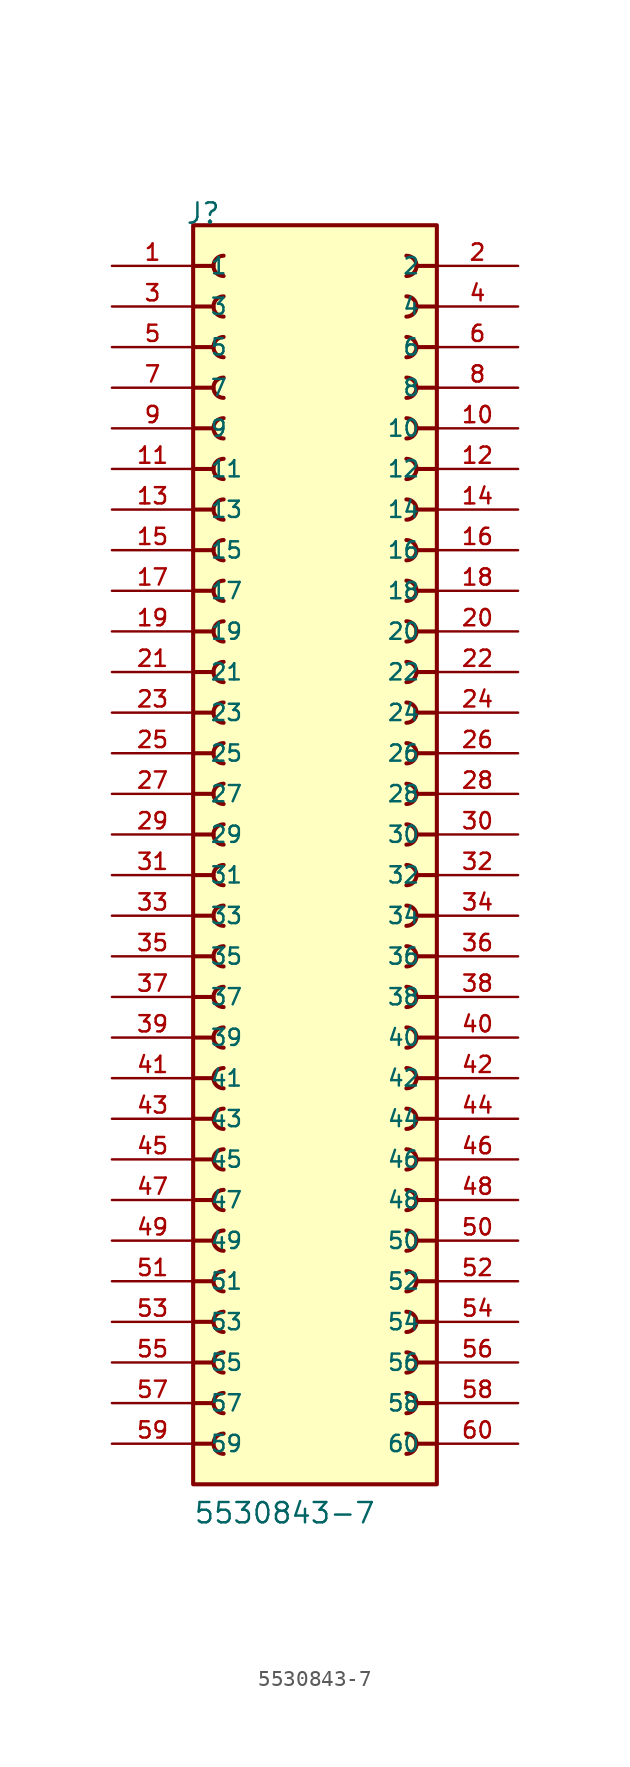
<source format=kicad_sym>
(kicad_symbol_lib
  (version 20241209)
  (generator "kicad_symbol_editor")
  (generator_version "9.0")
  (symbol "5530843-7"
    (pin_names
      (offset 1.016))
    (property "Reference" "J"
      (at -8.12 40.64 0)
      (effects (font (size 1.27 1.27)) (justify left bottom)))
    (property "Value" "5530843-7"
      (at -7.62 -40.64 0)
      (effects (font (size 1.27 1.27)) (justify left bottom)))
    (symbol "5530843-7_0_0"
      (polyline (pts (xy -7.62 38.1) (xy -6.35 38.1)) (stroke (width 0.254) (type default)) (fill (type none)))
      (polyline (pts (xy -7.62 35.56) (xy -6.35 35.56)) (stroke (width 0.254) (type default)) (fill (type none)))
      (polyline (pts (xy -7.62 33.02) (xy -6.35 33.02)) (stroke (width 0.254) (type default)) (fill (type none)))
      (polyline (pts (xy -7.62 30.48) (xy -6.35 30.48)) (stroke (width 0.254) (type default)) (fill (type none)))
      (polyline (pts (xy -7.62 27.94) (xy -6.35 27.94)) (stroke (width 0.254) (type default)) (fill (type none)))
      (polyline (pts (xy -7.62 25.4) (xy -6.35 25.4)) (stroke (width 0.254) (type default)) (fill (type none)))
      (polyline (pts (xy -7.62 22.86) (xy -6.35 22.86)) (stroke (width 0.254) (type default)) (fill (type none)))
      (polyline (pts (xy -7.62 20.32) (xy -6.35 20.32)) (stroke (width 0.254) (type default)) (fill (type none)))
      (polyline (pts (xy -7.62 17.78) (xy -6.35 17.78)) (stroke (width 0.254) (type default)) (fill (type none)))
      (polyline (pts (xy -7.62 15.24) (xy -6.35 15.24)) (stroke (width 0.254) (type default)) (fill (type none)))
      (polyline (pts (xy -7.62 12.7) (xy -6.35 12.7)) (stroke (width 0.254) (type default)) (fill (type none)))
      (polyline (pts (xy -7.62 10.16) (xy -6.35 10.16)) (stroke (width 0.254) (type default)) (fill (type none)))
      (polyline (pts (xy -7.62 7.62) (xy -6.35 7.62)) (stroke (width 0.254) (type default)) (fill (type none)))
      (polyline (pts (xy -7.62 5.08) (xy -6.35 5.08)) (stroke (width 0.254) (type default)) (fill (type none)))
      (polyline (pts (xy -7.62 2.54) (xy -6.35 2.54)) (stroke (width 0.254) (type default)) (fill (type none)))
      (polyline (pts (xy -7.62 0) (xy -6.35 0)) (stroke (width 0.254) (type default)) (fill (type none)))
      (polyline (pts (xy -7.62 -2.54) (xy -6.35 -2.54)) (stroke (width 0.254) (type default)) (fill (type none)))
      (polyline (pts (xy -7.62 -5.08) (xy -6.35 -5.08)) (stroke (width 0.254) (type default)) (fill (type none)))
      (polyline (pts (xy -7.62 -7.62) (xy -6.35 -7.62)) (stroke (width 0.254) (type default)) (fill (type none)))
      (polyline (pts (xy -7.62 -10.16) (xy -6.35 -10.16)) (stroke (width 0.254) (type default)) (fill (type none)))
      (polyline (pts (xy -7.62 -12.7) (xy -6.35 -12.7)) (stroke (width 0.254) (type default)) (fill (type none)))
      (polyline (pts (xy -7.62 -15.24) (xy -6.35 -15.24)) (stroke (width 0.254) (type default)) (fill (type none)))
      (polyline (pts (xy -7.62 -17.78) (xy -6.35 -17.78)) (stroke (width 0.254) (type default)) (fill (type none)))
      (polyline (pts (xy -7.62 -20.32) (xy -6.35 -20.32)) (stroke (width 0.254) (type default)) (fill (type none)))
      (polyline (pts (xy -7.62 -22.86) (xy -6.35 -22.86)) (stroke (width 0.254) (type default)) (fill (type none)))
      (polyline (pts (xy -7.62 -25.4) (xy -6.35 -25.4)) (stroke (width 0.254) (type default)) (fill (type none)))
      (polyline (pts (xy -7.62 -27.94) (xy -6.35 -27.94)) (stroke (width 0.254) (type default)) (fill (type none)))
      (polyline (pts (xy -7.62 -30.48) (xy -6.35 -30.48)) (stroke (width 0.254) (type default)) (fill (type none)))
      (polyline (pts (xy -7.62 -33.02) (xy -6.35 -33.02)) (stroke (width 0.254) (type default)) (fill (type none)))
      (polyline (pts (xy -7.62 -35.56) (xy -6.35 -35.56)) (stroke (width 0.254) (type default)) (fill (type none)))
      (rectangle (start -7.62 -38.1) (end 7.62 40.64) (stroke (width 0.254) (type default)) (fill (type background)))
      (arc (start -5.715 37.465) (mid -6.3472 38.1) (end -5.715 38.735) (stroke (width 0.254) (type default)) (fill (type none)))
      (arc (start -5.715 34.925) (mid -6.3472 35.56) (end -5.715 36.195) (stroke (width 0.254) (type default)) (fill (type none)))
      (arc (start -5.715 32.385) (mid -6.3472 33.02) (end -5.715 33.655) (stroke (width 0.254) (type default)) (fill (type none)))
      (arc (start -5.715 29.845) (mid -6.3472 30.48) (end -5.715 31.115) (stroke (width 0.254) (type default)) (fill (type none)))
      (arc (start -5.715 27.305) (mid -6.3472 27.94) (end -5.715 28.575) (stroke (width 0.254) (type default)) (fill (type none)))
      (arc (start -5.715 24.765) (mid -6.3472 25.4) (end -5.715 26.035) (stroke (width 0.254) (type default)) (fill (type none)))
      (arc (start -5.715 22.225) (mid -6.3472 22.86) (end -5.715 23.495) (stroke (width 0.254) (type default)) (fill (type none)))
      (arc (start -5.715 19.685) (mid -6.3472 20.32) (end -5.715 20.955) (stroke (width 0.254) (type default)) (fill (type none)))
      (arc (start -5.715 17.145) (mid -6.3472 17.78) (end -5.715 18.415) (stroke (width 0.254) (type default)) (fill (type none)))
      (arc (start -5.715 14.605) (mid -6.3472 15.24) (end -5.715 15.875) (stroke (width 0.254) (type default)) (fill (type none)))
      (arc (start -5.715 12.065) (mid -6.3472 12.7) (end -5.715 13.335) (stroke (width 0.254) (type default)) (fill (type none)))
      (arc (start -5.715 9.525) (mid -6.3472 10.16) (end -5.715 10.795) (stroke (width 0.254) (type default)) (fill (type none)))
      (arc (start -5.715 6.985) (mid -6.3472 7.62) (end -5.715 8.255) (stroke (width 0.254) (type default)) (fill (type none)))
      (arc (start -5.715 4.445) (mid -6.3472 5.08) (end -5.715 5.715) (stroke (width 0.254) (type default)) (fill (type none)))
      (arc (start -5.715 1.905) (mid -6.3472 2.54) (end -5.715 3.175) (stroke (width 0.254) (type default)) (fill (type none)))
      (arc (start -5.715 -0.635) (mid -6.3472 0) (end -5.715 0.635) (stroke (width 0.254) (type default)) (fill (type none)))
      (arc (start -5.715 -3.175) (mid -6.3472 -2.54) (end -5.715 -1.905) (stroke (width 0.254) (type default)) (fill (type none)))
      (arc (start -5.715 -5.715) (mid -6.3472 -5.08) (end -5.715 -4.445) (stroke (width 0.254) (type default)) (fill (type none)))
      (arc (start -5.715 -8.255) (mid -6.3472 -7.62) (end -5.715 -6.985) (stroke (width 0.254) (type default)) (fill (type none)))
      (arc (start -5.715 -10.795) (mid -6.3472 -10.16) (end -5.715 -9.525) (stroke (width 0.254) (type default)) (fill (type none)))
      (arc (start -5.715 -13.335) (mid -6.3472 -12.7) (end -5.715 -12.065) (stroke (width 0.254) (type default)) (fill (type none)))
      (arc (start -5.715 -15.875) (mid -6.3472 -15.24) (end -5.715 -14.605) (stroke (width 0.254) (type default)) (fill (type none)))
      (arc (start -5.715 -18.415) (mid -6.3472 -17.78) (end -5.715 -17.145) (stroke (width 0.254) (type default)) (fill (type none)))
      (arc (start -5.715 -20.955) (mid -6.3472 -20.32) (end -5.715 -19.685) (stroke (width 0.254) (type default)) (fill (type none)))
      (arc (start -5.715 -23.495) (mid -6.3472 -22.86) (end -5.715 -22.225) (stroke (width 0.254) (type default)) (fill (type none)))
      (arc (start -5.715 -26.035) (mid -6.3472 -25.4) (end -5.715 -24.765) (stroke (width 0.254) (type default)) (fill (type none)))
      (arc (start -5.715 -28.575) (mid -6.3472 -27.94) (end -5.715 -27.305) (stroke (width 0.254) (type default)) (fill (type none)))
      (arc (start -5.715 -31.115) (mid -6.3472 -30.48) (end -5.715 -29.845) (stroke (width 0.254) (type default)) (fill (type none)))
      (arc (start -5.715 -33.655) (mid -6.3472 -33.02) (end -5.715 -32.385) (stroke (width 0.254) (type default)) (fill (type none)))
      (arc (start -5.715 -36.195) (mid -6.3472 -35.56) (end -5.715 -34.925) (stroke (width 0.254) (type default)) (fill (type none)))
      (arc (start 5.715 38.735) (mid 6.347 38.1) (end 5.715 37.465) (stroke (width 0.254) (type default)) (fill (type none)))
      (arc (start 5.715 36.195) (mid 6.347 35.56) (end 5.715 34.925) (stroke (width 0.254) (type default)) (fill (type none)))
      (arc (start 5.715 33.655) (mid 6.347 33.02) (end 5.715 32.385) (stroke (width 0.254) (type default)) (fill (type none)))
      (arc (start 5.715 31.115) (mid 6.347 30.48) (end 5.715 29.845) (stroke (width 0.254) (type default)) (fill (type none)))
      (arc (start 5.715 28.575) (mid 6.347 27.94) (end 5.715 27.305) (stroke (width 0.254) (type default)) (fill (type none)))
      (arc (start 5.715 26.035) (mid 6.347 25.4) (end 5.715 24.765) (stroke (width 0.254) (type default)) (fill (type none)))
      (arc (start 5.715 23.495) (mid 6.347 22.86) (end 5.715 22.225) (stroke (width 0.254) (type default)) (fill (type none)))
      (arc (start 5.715 20.955) (mid 6.347 20.32) (end 5.715 19.685) (stroke (width 0.254) (type default)) (fill (type none)))
      (arc (start 5.715 18.415) (mid 6.347 17.78) (end 5.715 17.145) (stroke (width 0.254) (type default)) (fill (type none)))
      (arc (start 5.715 15.875) (mid 6.347 15.24) (end 5.715 14.605) (stroke (width 0.254) (type default)) (fill (type none)))
      (arc (start 5.715 13.335) (mid 6.347 12.7) (end 5.715 12.065) (stroke (width 0.254) (type default)) (fill (type none)))
      (arc (start 5.715 10.795) (mid 6.347 10.16) (end 5.715 9.525) (stroke (width 0.254) (type default)) (fill (type none)))
      (arc (start 5.715 8.255) (mid 6.347 7.62) (end 5.715 6.985) (stroke (width 0.254) (type default)) (fill (type none)))
      (arc (start 5.715 5.715) (mid 6.347 5.08) (end 5.715 4.445) (stroke (width 0.254) (type default)) (fill (type none)))
      (arc (start 5.715 3.175) (mid 6.347 2.54) (end 5.715 1.905) (stroke (width 0.254) (type default)) (fill (type none)))
      (arc (start 5.715 0.635) (mid 6.347 0) (end 5.715 -0.635) (stroke (width 0.254) (type default)) (fill (type none)))
      (arc (start 5.715 -1.905) (mid 6.347 -2.54) (end 5.715 -3.175) (stroke (width 0.254) (type default)) (fill (type none)))
      (arc (start 5.715 -4.445) (mid 6.347 -5.08) (end 5.715 -5.715) (stroke (width 0.254) (type default)) (fill (type none)))
      (arc (start 5.715 -6.985) (mid 6.347 -7.62) (end 5.715 -8.255) (stroke (width 0.254) (type default)) (fill (type none)))
      (arc (start 5.715 -9.525) (mid 6.347 -10.16) (end 5.715 -10.795) (stroke (width 0.254) (type default)) (fill (type none)))
      (arc (start 5.715 -12.065) (mid 6.347 -12.7) (end 5.715 -13.335) (stroke (width 0.254) (type default)) (fill (type none)))
      (arc (start 5.715 -14.605) (mid 6.347 -15.24) (end 5.715 -15.875) (stroke (width 0.254) (type default)) (fill (type none)))
      (arc (start 5.715 -17.145) (mid 6.347 -17.78) (end 5.715 -18.415) (stroke (width 0.254) (type default)) (fill (type none)))
      (arc (start 5.715 -19.685) (mid 6.347 -20.32) (end 5.715 -20.955) (stroke (width 0.254) (type default)) (fill (type none)))
      (arc (start 5.715 -22.225) (mid 6.347 -22.86) (end 5.715 -23.495) (stroke (width 0.254) (type default)) (fill (type none)))
      (arc (start 5.715 -24.765) (mid 6.347 -25.4) (end 5.715 -26.035) (stroke (width 0.254) (type default)) (fill (type none)))
      (arc (start 5.715 -27.305) (mid 6.347 -27.94) (end 5.715 -28.575) (stroke (width 0.254) (type default)) (fill (type none)))
      (arc (start 5.715 -29.845) (mid 6.347 -30.48) (end 5.715 -31.115) (stroke (width 0.254) (type default)) (fill (type none)))
      (arc (start 5.715 -32.385) (mid 6.347 -33.02) (end 5.715 -33.655) (stroke (width 0.254) (type default)) (fill (type none)))
      (arc (start 5.715 -34.925) (mid 6.347 -35.56) (end 5.715 -36.195) (stroke (width 0.254) (type default)) (fill (type none)))
      (polyline (pts (xy 7.62 38.1) (xy 6.35 38.1)) (stroke (width 0.254) (type default)) (fill (type none)))
      (polyline (pts (xy 7.62 35.56) (xy 6.35 35.56)) (stroke (width 0.254) (type default)) (fill (type none)))
      (polyline (pts (xy 7.62 33.02) (xy 6.35 33.02)) (stroke (width 0.254) (type default)) (fill (type none)))
      (polyline (pts (xy 7.62 30.48) (xy 6.35 30.48)) (stroke (width 0.254) (type default)) (fill (type none)))
      (polyline (pts (xy 7.62 27.94) (xy 6.35 27.94)) (stroke (width 0.254) (type default)) (fill (type none)))
      (polyline (pts (xy 7.62 25.4) (xy 6.35 25.4)) (stroke (width 0.254) (type default)) (fill (type none)))
      (polyline (pts (xy 7.62 22.86) (xy 6.35 22.86)) (stroke (width 0.254) (type default)) (fill (type none)))
      (polyline (pts (xy 7.62 20.32) (xy 6.35 20.32)) (stroke (width 0.254) (type default)) (fill (type none)))
      (polyline (pts (xy 7.62 17.78) (xy 6.35 17.78)) (stroke (width 0.254) (type default)) (fill (type none)))
      (polyline (pts (xy 7.62 15.24) (xy 6.35 15.24)) (stroke (width 0.254) (type default)) (fill (type none)))
      (polyline (pts (xy 7.62 12.7) (xy 6.35 12.7)) (stroke (width 0.254) (type default)) (fill (type none)))
      (polyline (pts (xy 7.62 10.16) (xy 6.35 10.16)) (stroke (width 0.254) (type default)) (fill (type none)))
      (polyline (pts (xy 7.62 7.62) (xy 6.35 7.62)) (stroke (width 0.254) (type default)) (fill (type none)))
      (polyline (pts (xy 7.62 5.08) (xy 6.35 5.08)) (stroke (width 0.254) (type default)) (fill (type none)))
      (polyline (pts (xy 7.62 2.54) (xy 6.35 2.54)) (stroke (width 0.254) (type default)) (fill (type none)))
      (polyline (pts (xy 7.62 0) (xy 6.35 0)) (stroke (width 0.254) (type default)) (fill (type none)))
      (polyline (pts (xy 7.62 -2.54) (xy 6.35 -2.54)) (stroke (width 0.254) (type default)) (fill (type none)))
      (polyline (pts (xy 7.62 -5.08) (xy 6.35 -5.08)) (stroke (width 0.254) (type default)) (fill (type none)))
      (polyline (pts (xy 7.62 -7.62) (xy 6.35 -7.62)) (stroke (width 0.254) (type default)) (fill (type none)))
      (polyline (pts (xy 7.62 -10.16) (xy 6.35 -10.16)) (stroke (width 0.254) (type default)) (fill (type none)))
      (polyline (pts (xy 7.62 -12.7) (xy 6.35 -12.7)) (stroke (width 0.254) (type default)) (fill (type none)))
      (polyline (pts (xy 7.62 -15.24) (xy 6.35 -15.24)) (stroke (width 0.254) (type default)) (fill (type none)))
      (polyline (pts (xy 7.62 -17.78) (xy 6.35 -17.78)) (stroke (width 0.254) (type default)) (fill (type none)))
      (polyline (pts (xy 7.62 -20.32) (xy 6.35 -20.32)) (stroke (width 0.254) (type default)) (fill (type none)))
      (polyline (pts (xy 7.62 -22.86) (xy 6.35 -22.86)) (stroke (width 0.254) (type default)) (fill (type none)))
      (polyline (pts (xy 7.62 -25.4) (xy 6.35 -25.4)) (stroke (width 0.254) (type default)) (fill (type none)))
      (polyline (pts (xy 7.62 -27.94) (xy 6.35 -27.94)) (stroke (width 0.254) (type default)) (fill (type none)))
      (polyline (pts (xy 7.62 -30.48) (xy 6.35 -30.48)) (stroke (width 0.254) (type default)) (fill (type none)))
      (polyline (pts (xy 7.62 -33.02) (xy 6.35 -33.02)) (stroke (width 0.254) (type default)) (fill (type none)))
      (polyline (pts (xy 7.62 -35.56) (xy 6.35 -35.56)) (stroke (width 0.254) (type default)) (fill (type none)))
      (pin passive line (at -12.7 38.1 0) (length 5.08) (name "1" (effects (font (size 1.016 1.016)))) (number "1" (effects (font (size 1.016 1.016)))))
      (pin passive line (at -12.7 35.56 0) (length 5.08) (name "3" (effects (font (size 1.016 1.016)))) (number "3" (effects (font (size 1.016 1.016)))))
      (pin passive line (at -12.7 33.02 0) (length 5.08) (name "5" (effects (font (size 1.016 1.016)))) (number "5" (effects (font (size 1.016 1.016)))))
      (pin passive line (at -12.7 30.48 0) (length 5.08) (name "7" (effects (font (size 1.016 1.016)))) (number "7" (effects (font (size 1.016 1.016)))))
      (pin passive line (at -12.7 27.94 0) (length 5.08) (name "9" (effects (font (size 1.016 1.016)))) (number "9" (effects (font (size 1.016 1.016)))))
      (pin passive line (at -12.7 25.4 0) (length 5.08) (name "11" (effects (font (size 1.016 1.016)))) (number "11" (effects (font (size 1.016 1.016)))))
      (pin passive line (at -12.7 22.86 0) (length 5.08) (name "13" (effects (font (size 1.016 1.016)))) (number "13" (effects (font (size 1.016 1.016)))))
      (pin passive line (at -12.7 20.32 0) (length 5.08) (name "15" (effects (font (size 1.016 1.016)))) (number "15" (effects (font (size 1.016 1.016)))))
      (pin passive line (at -12.7 17.78 0) (length 5.08) (name "17" (effects (font (size 1.016 1.016)))) (number "17" (effects (font (size 1.016 1.016)))))
      (pin passive line (at -12.7 15.24 0) (length 5.08) (name "19" (effects (font (size 1.016 1.016)))) (number "19" (effects (font (size 1.016 1.016)))))
      (pin passive line (at -12.7 12.7 0) (length 5.08) (name "21" (effects (font (size 1.016 1.016)))) (number "21" (effects (font (size 1.016 1.016)))))
      (pin passive line (at -12.7 10.16 0) (length 5.08) (name "23" (effects (font (size 1.016 1.016)))) (number "23" (effects (font (size 1.016 1.016)))))
      (pin passive line (at -12.7 7.62 0) (length 5.08) (name "25" (effects (font (size 1.016 1.016)))) (number "25" (effects (font (size 1.016 1.016)))))
      (pin passive line (at -12.7 5.08 0) (length 5.08) (name "27" (effects (font (size 1.016 1.016)))) (number "27" (effects (font (size 1.016 1.016)))))
      (pin passive line (at -12.7 2.54 0) (length 5.08) (name "29" (effects (font (size 1.016 1.016)))) (number "29" (effects (font (size 1.016 1.016)))))
      (pin passive line (at -12.7 0 0) (length 5.08) (name "31" (effects (font (size 1.016 1.016)))) (number "31" (effects (font (size 1.016 1.016)))))
      (pin passive line (at -12.7 -2.54 0) (length 5.08) (name "33" (effects (font (size 1.016 1.016)))) (number "33" (effects (font (size 1.016 1.016)))))
      (pin passive line (at -12.7 -5.08 0) (length 5.08) (name "35" (effects (font (size 1.016 1.016)))) (number "35" (effects (font (size 1.016 1.016)))))
      (pin passive line (at -12.7 -7.62 0) (length 5.08) (name "37" (effects (font (size 1.016 1.016)))) (number "37" (effects (font (size 1.016 1.016)))))
      (pin passive line (at -12.7 -10.16 0) (length 5.08) (name "39" (effects (font (size 1.016 1.016)))) (number "39" (effects (font (size 1.016 1.016)))))
      (pin passive line (at -12.7 -12.7 0) (length 5.08) (name "41" (effects (font (size 1.016 1.016)))) (number "41" (effects (font (size 1.016 1.016)))))
      (pin passive line (at -12.7 -15.24 0) (length 5.08) (name "43" (effects (font (size 1.016 1.016)))) (number "43" (effects (font (size 1.016 1.016)))))
      (pin passive line (at -12.7 -17.78 0) (length 5.08) (name "45" (effects (font (size 1.016 1.016)))) (number "45" (effects (font (size 1.016 1.016)))))
      (pin passive line (at -12.7 -20.32 0) (length 5.08) (name "47" (effects (font (size 1.016 1.016)))) (number "47" (effects (font (size 1.016 1.016)))))
      (pin passive line (at -12.7 -22.86 0) (length 5.08) (name "49" (effects (font (size 1.016 1.016)))) (number "49" (effects (font (size 1.016 1.016)))))
      (pin passive line (at -12.7 -25.4 0) (length 5.08) (name "51" (effects (font (size 1.016 1.016)))) (number "51" (effects (font (size 1.016 1.016)))))
      (pin passive line (at -12.7 -27.94 0) (length 5.08) (name "53" (effects (font (size 1.016 1.016)))) (number "53" (effects (font (size 1.016 1.016)))))
      (pin passive line (at -12.7 -30.48 0) (length 5.08) (name "55" (effects (font (size 1.016 1.016)))) (number "55" (effects (font (size 1.016 1.016)))))
      (pin passive line (at -12.7 -33.02 0) (length 5.08) (name "57" (effects (font (size 1.016 1.016)))) (number "57" (effects (font (size 1.016 1.016)))))
      (pin passive line (at -12.7 -35.56 0) (length 5.08) (name "59" (effects (font (size 1.016 1.016)))) (number "59" (effects (font (size 1.016 1.016)))))
      (pin passive line (at 12.7 38.1 180) (length 5.08) (name "2" (effects (font (size 1.016 1.016)))) (number "2" (effects (font (size 1.016 1.016)))))
      (pin passive line (at 12.7 35.56 180) (length 5.08) (name "4" (effects (font (size 1.016 1.016)))) (number "4" (effects (font (size 1.016 1.016)))))
      (pin passive line (at 12.7 33.02 180) (length 5.08) (name "6" (effects (font (size 1.016 1.016)))) (number "6" (effects (font (size 1.016 1.016)))))
      (pin passive line (at 12.7 30.48 180) (length 5.08) (name "8" (effects (font (size 1.016 1.016)))) (number "8" (effects (font (size 1.016 1.016)))))
      (pin passive line (at 12.7 27.94 180) (length 5.08) (name "10" (effects (font (size 1.016 1.016)))) (number "10" (effects (font (size 1.016 1.016)))))
      (pin passive line (at 12.7 25.4 180) (length 5.08) (name "12" (effects (font (size 1.016 1.016)))) (number "12" (effects (font (size 1.016 1.016)))))
      (pin passive line (at 12.7 22.86 180) (length 5.08) (name "14" (effects (font (size 1.016 1.016)))) (number "14" (effects (font (size 1.016 1.016)))))
      (pin passive line (at 12.7 20.32 180) (length 5.08) (name "16" (effects (font (size 1.016 1.016)))) (number "16" (effects (font (size 1.016 1.016)))))
      (pin passive line (at 12.7 17.78 180) (length 5.08) (name "18" (effects (font (size 1.016 1.016)))) (number "18" (effects (font (size 1.016 1.016)))))
      (pin passive line (at 12.7 15.24 180) (length 5.08) (name "20" (effects (font (size 1.016 1.016)))) (number "20" (effects (font (size 1.016 1.016)))))
      (pin passive line (at 12.7 12.7 180) (length 5.08) (name "22" (effects (font (size 1.016 1.016)))) (number "22" (effects (font (size 1.016 1.016)))))
      (pin passive line (at 12.7 10.16 180) (length 5.08) (name "24" (effects (font (size 1.016 1.016)))) (number "24" (effects (font (size 1.016 1.016)))))
      (pin passive line (at 12.7 7.62 180) (length 5.08) (name "26" (effects (font (size 1.016 1.016)))) (number "26" (effects (font (size 1.016 1.016)))))
      (pin passive line (at 12.7 5.08 180) (length 5.08) (name "28" (effects (font (size 1.016 1.016)))) (number "28" (effects (font (size 1.016 1.016)))))
      (pin passive line (at 12.7 2.54 180) (length 5.08) (name "30" (effects (font (size 1.016 1.016)))) (number "30" (effects (font (size 1.016 1.016)))))
      (pin passive line (at 12.7 0 180) (length 5.08) (name "32" (effects (font (size 1.016 1.016)))) (number "32" (effects (font (size 1.016 1.016)))))
      (pin passive line (at 12.7 -2.54 180) (length 5.08) (name "34" (effects (font (size 1.016 1.016)))) (number "34" (effects (font (size 1.016 1.016)))))
      (pin passive line (at 12.7 -5.08 180) (length 5.08) (name "36" (effects (font (size 1.016 1.016)))) (number "36" (effects (font (size 1.016 1.016)))))
      (pin passive line (at 12.7 -7.62 180) (length 5.08) (name "38" (effects (font (size 1.016 1.016)))) (number "38" (effects (font (size 1.016 1.016)))))
      (pin passive line (at 12.7 -10.16 180) (length 5.08) (name "40" (effects (font (size 1.016 1.016)))) (number "40" (effects (font (size 1.016 1.016)))))
      (pin passive line (at 12.7 -12.7 180) (length 5.08) (name "42" (effects (font (size 1.016 1.016)))) (number "42" (effects (font (size 1.016 1.016)))))
      (pin passive line (at 12.7 -15.24 180) (length 5.08) (name "44" (effects (font (size 1.016 1.016)))) (number "44" (effects (font (size 1.016 1.016)))))
      (pin passive line (at 12.7 -17.78 180) (length 5.08) (name "46" (effects (font (size 1.016 1.016)))) (number "46" (effects (font (size 1.016 1.016)))))
      (pin passive line (at 12.7 -20.32 180) (length 5.08) (name "48" (effects (font (size 1.016 1.016)))) (number "48" (effects (font (size 1.016 1.016)))))
      (pin passive line (at 12.7 -22.86 180) (length 5.08) (name "50" (effects (font (size 1.016 1.016)))) (number "50" (effects (font (size 1.016 1.016)))))
      (pin passive line (at 12.7 -25.4 180) (length 5.08) (name "52" (effects (font (size 1.016 1.016)))) (number "52" (effects (font (size 1.016 1.016)))))
      (pin passive line (at 12.7 -27.94 180) (length 5.08) (name "54" (effects (font (size 1.016 1.016)))) (number "54" (effects (font (size 1.016 1.016)))))
      (pin passive line (at 12.7 -30.48 180) (length 5.08) (name "56" (effects (font (size 1.016 1.016)))) (number "56" (effects (font (size 1.016 1.016)))))
      (pin passive line (at 12.7 -33.02 180) (length 5.08) (name "58" (effects (font (size 1.016 1.016)))) (number "58" (effects (font (size 1.016 1.016)))))
      (pin passive line (at 12.7 -35.56 180) (length 5.08) (name "60" (effects (font (size 1.016 1.016)))) (number "60" (effects (font (size 1.016 1.016))))))))
</source>
